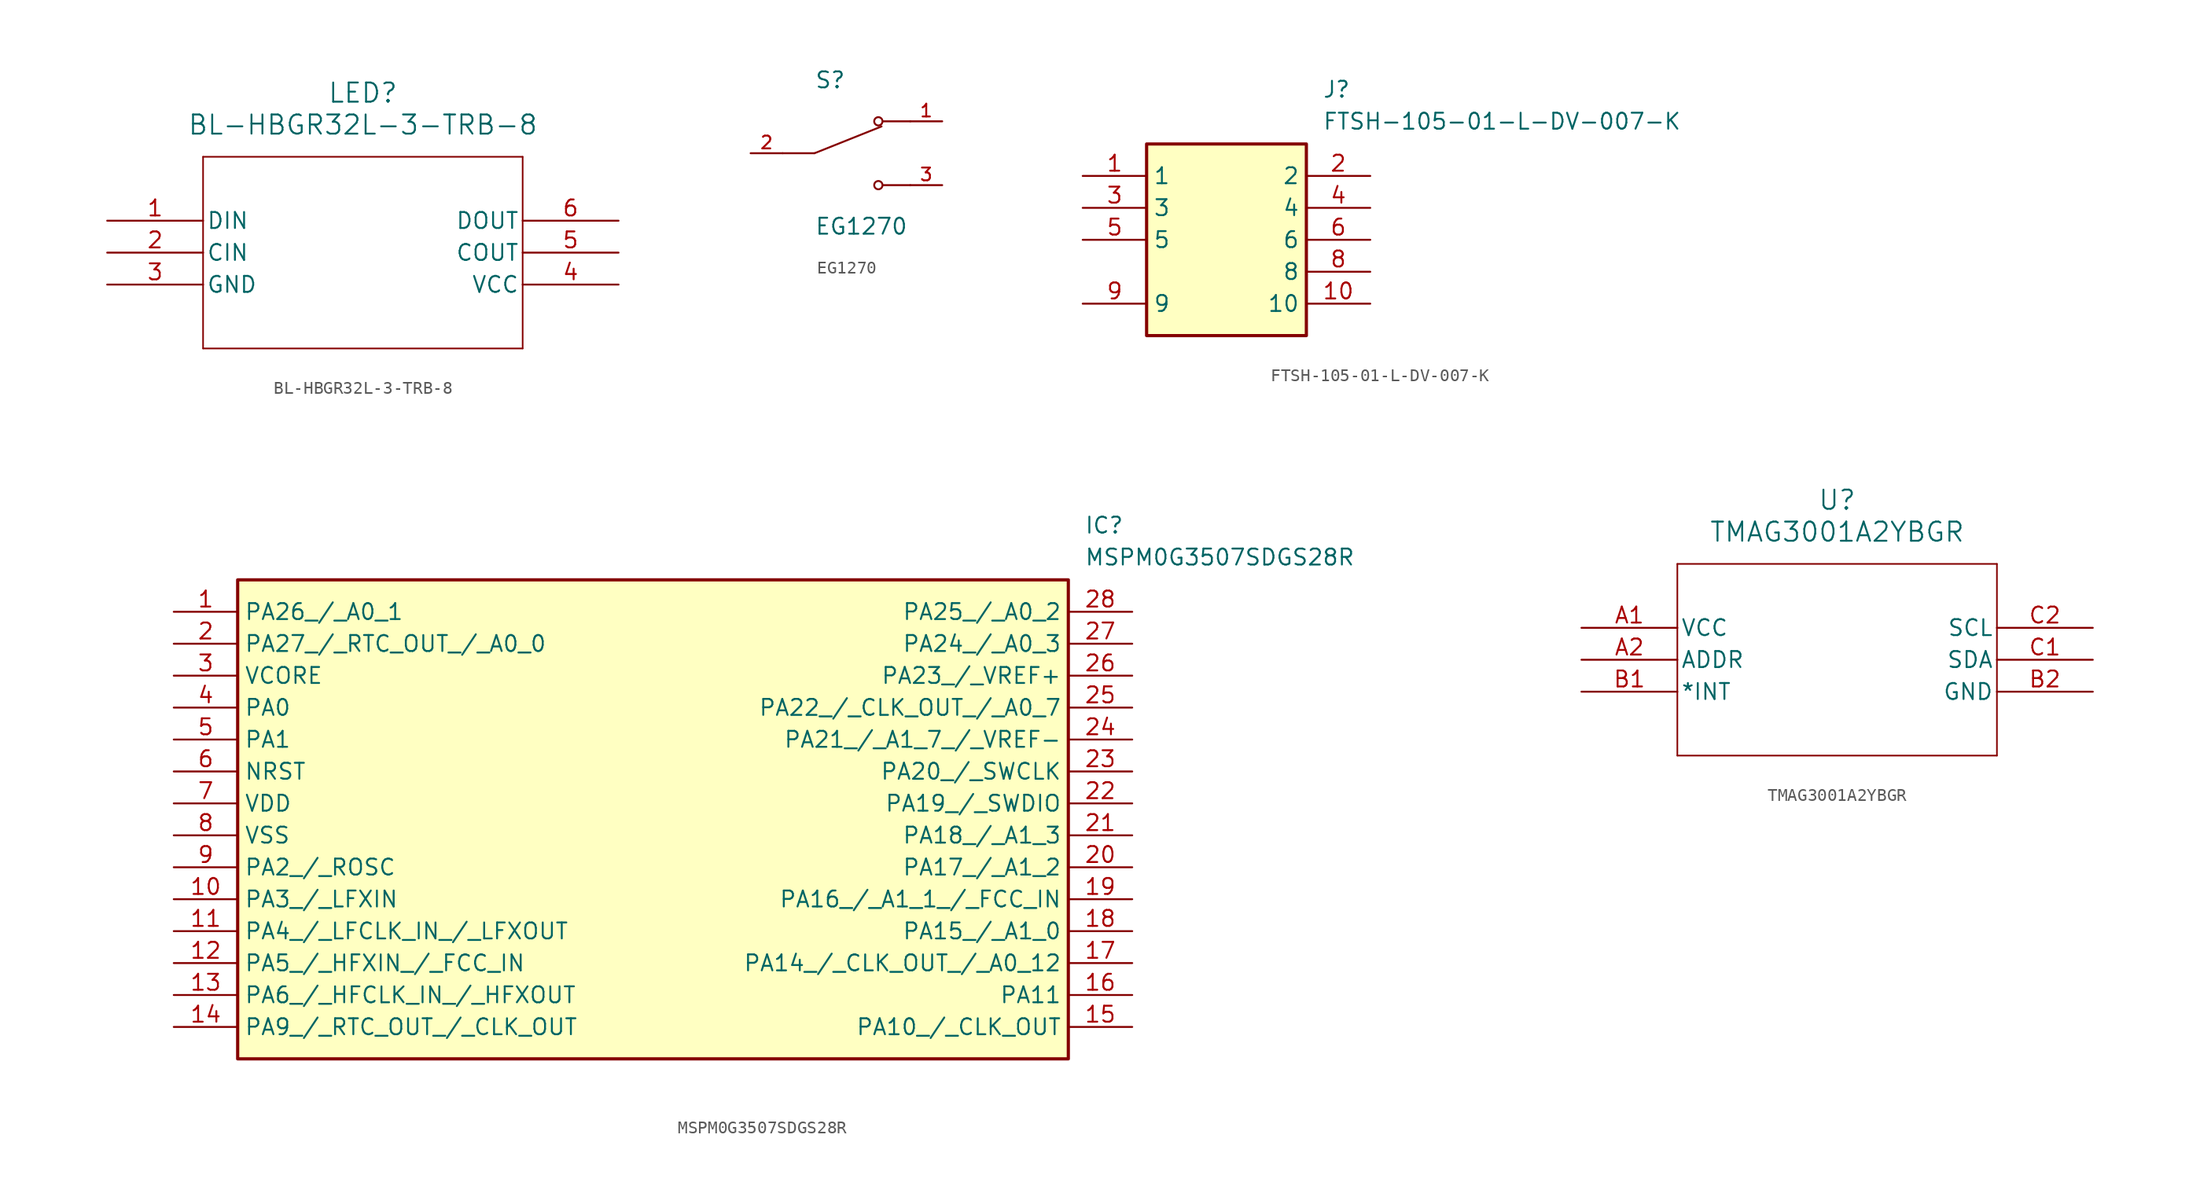
<source format=kicad_sym>
(kicad_symbol_lib
  (version 20241209)
  (generator "kicad_symbol_editor")
  (generator_version "9.0")
  (symbol "BL-HBGR32L-3-TRB-8"
    (pin_names
      (offset 0.254))
    (property "Reference" "LED"
      (at 20.32 10.16 0)
      (effects (font (size 1.524 1.524))))
    (property "Value" "BL-HBGR32L-3-TRB-8"
      (at 20.32 7.62 0)
      (effects (font (size 1.524 1.524))))
    (property "ki_locked" ""
      (at 0 0 0)
      (effects (font (size 1.27 1.27))))
    (symbol "BL-HBGR32L-3-TRB-8_0_1"
      (polyline (pts (xy 7.62 5.08) (xy 7.62 -10.16)) (stroke (width 0.127) (type default)) (fill (type none)))
      (polyline (pts (xy 7.62 -10.16) (xy 33.02 -10.16)) (stroke (width 0.127) (type default)) (fill (type none)))
      (polyline (pts (xy 33.02 5.08) (xy 7.62 5.08)) (stroke (width 0.127) (type default)) (fill (type none)))
      (polyline (pts (xy 33.02 -10.16) (xy 33.02 5.08)) (stroke (width 0.127) (type default)) (fill (type none)))
      (pin input line (at 0 0 0) (length 7.62) (name "DIN" (effects (font (size 1.27 1.27)))) (number "1" (effects (font (size 1.27 1.27)))))
      (pin input line (at 0 -2.54 0) (length 7.62) (name "CIN" (effects (font (size 1.27 1.27)))) (number "2" (effects (font (size 1.27 1.27)))))
      (pin power_out line (at 0 -5.08 0) (length 7.62) (name "GND" (effects (font (size 1.27 1.27)))) (number "3" (effects (font (size 1.27 1.27)))))
      (pin output line (at 40.64 0 180) (length 7.62) (name "DOUT" (effects (font (size 1.27 1.27)))) (number "6" (effects (font (size 1.27 1.27)))))
      (pin output line (at 40.64 -2.54 180) (length 7.62) (name "COUT" (effects (font (size 1.27 1.27)))) (number "5" (effects (font (size 1.27 1.27)))))
      (pin power_in line (at 40.64 -5.08 180) (length 7.62) (name "VCC" (effects (font (size 1.27 1.27)))) (number "4" (effects (font (size 1.27 1.27)))))))
  (symbol "EG1270"
    (pin_names
      (offset 1.016))
    (property "Reference" "S"
      (at -2.54 5.08 0)
      (effects (font (size 1.27 1.27)) (justify left bottom)))
    (property "Value" "EG1270"
      (at -2.54 -5.08 0)
      (effects (font (size 1.27 1.27)) (justify left top)))
    (symbol "EG1270_0_0"
      (polyline (pts (xy -2.54 0) (xy -5.08 0)) (stroke (width 0.152) (type default)) (fill (type none)))
      (polyline (pts (xy -2.54 0) (xy 2.794 2.134)) (stroke (width 0.152) (type default)) (fill (type none)))
      (circle (center 2.54 2.54) (radius 0.33) (stroke (width 0.152) (type default)) (fill (type none)))
      (circle (center 2.54 -2.54) (radius 0.33) (stroke (width 0.152) (type default)) (fill (type none)))
      (polyline (pts (xy 5.08 2.54) (xy 2.921 2.54)) (stroke (width 0.152) (type default)) (fill (type none)))
      (polyline (pts (xy 5.08 -2.54) (xy 2.921 -2.54)) (stroke (width 0.152) (type default)) (fill (type none)))
      (pin passive line (at -7.62 0 0) (length 2.54) (name "~" (effects (font (size 1.016 1.016)))) (number "2" (effects (font (size 1.016 1.016)))))
      (pin passive line (at 7.62 2.54 180) (length 2.54) (name "~" (effects (font (size 1.016 1.016)))) (number "1" (effects (font (size 1.016 1.016)))))
      (pin passive line (at 7.62 -2.54 180) (length 2.54) (name "~" (effects (font (size 1.016 1.016)))) (number "3" (effects (font (size 1.016 1.016)))))))
  (symbol "FTSH-105-01-L-DV-007-K"
    (property "Reference" "J"
      (at 19.05 7.62 0)
      (effects (font (size 1.27 1.27)) (justify left top)))
    (property "Value" "FTSH-105-01-L-DV-007-K"
      (at 19.05 5.08 0)
      (effects (font (size 1.27 1.27)) (justify left top)))
    (symbol "FTSH-105-01-L-DV-007-K_1_1"
      (rectangle (start 5.08 2.54) (end 17.78 -12.7) (stroke (width 0.254) (type default)) (fill (type background)))
      (pin passive line (at 0 0 0) (length 5.08) (name "1" (effects (font (size 1.27 1.27)))) (number "1" (effects (font (size 1.27 1.27)))))
      (pin passive line (at 0 -2.54 0) (length 5.08) (name "3" (effects (font (size 1.27 1.27)))) (number "3" (effects (font (size 1.27 1.27)))))
      (pin passive line (at 0 -5.08 0) (length 5.08) (name "5" (effects (font (size 1.27 1.27)))) (number "5" (effects (font (size 1.27 1.27)))))
      (pin passive line (at 0 -10.16 0) (length 5.08) (name "9" (effects (font (size 1.27 1.27)))) (number "9" (effects (font (size 1.27 1.27)))))
      (pin passive line (at 22.86 0 180) (length 5.08) (name "2" (effects (font (size 1.27 1.27)))) (number "2" (effects (font (size 1.27 1.27)))))
      (pin passive line (at 22.86 -2.54 180) (length 5.08) (name "4" (effects (font (size 1.27 1.27)))) (number "4" (effects (font (size 1.27 1.27)))))
      (pin passive line (at 22.86 -5.08 180) (length 5.08) (name "6" (effects (font (size 1.27 1.27)))) (number "6" (effects (font (size 1.27 1.27)))))
      (pin passive line (at 22.86 -7.62 180) (length 5.08) (name "8" (effects (font (size 1.27 1.27)))) (number "8" (effects (font (size 1.27 1.27)))))
      (pin passive line (at 22.86 -10.16 180) (length 5.08) (name "10" (effects (font (size 1.27 1.27)))) (number "10" (effects (font (size 1.27 1.27)))))))
  (symbol "MSPM0G3507SDGS28R"
    (property "Reference" "IC"
      (at 72.39 7.62 0)
      (effects (font (size 1.27 1.27)) (justify left top)))
    (property "Value" "MSPM0G3507SDGS28R"
      (at 72.39 5.08 0)
      (effects (font (size 1.27 1.27)) (justify left top)))
    (symbol "MSPM0G3507SDGS28R_1_1"
      (rectangle (start 5.08 2.54) (end 71.12 -35.56) (stroke (width 0.254) (type default)) (fill (type background)))
      (pin passive line (at 0 0 0) (length 5.08) (name "PA26_/_A0_1" (effects (font (size 1.27 1.27)))) (number "1" (effects (font (size 1.27 1.27)))))
      (pin passive line (at 0 -2.54 0) (length 5.08) (name "PA27_/_RTC_OUT_/_A0_0" (effects (font (size 1.27 1.27)))) (number "2" (effects (font (size 1.27 1.27)))))
      (pin passive line (at 0 -5.08 0) (length 5.08) (name "VCORE" (effects (font (size 1.27 1.27)))) (number "3" (effects (font (size 1.27 1.27)))))
      (pin passive line (at 0 -7.62 0) (length 5.08) (name "PA0" (effects (font (size 1.27 1.27)))) (number "4" (effects (font (size 1.27 1.27)))))
      (pin passive line (at 0 -10.16 0) (length 5.08) (name "PA1" (effects (font (size 1.27 1.27)))) (number "5" (effects (font (size 1.27 1.27)))))
      (pin passive line (at 0 -12.7 0) (length 5.08) (name "NRST" (effects (font (size 1.27 1.27)))) (number "6" (effects (font (size 1.27 1.27)))))
      (pin passive line (at 0 -15.24 0) (length 5.08) (name "VDD" (effects (font (size 1.27 1.27)))) (number "7" (effects (font (size 1.27 1.27)))))
      (pin passive line (at 0 -17.78 0) (length 5.08) (name "VSS" (effects (font (size 1.27 1.27)))) (number "8" (effects (font (size 1.27 1.27)))))
      (pin passive line (at 0 -20.32 0) (length 5.08) (name "PA2_/_ROSC" (effects (font (size 1.27 1.27)))) (number "9" (effects (font (size 1.27 1.27)))))
      (pin passive line (at 0 -22.86 0) (length 5.08) (name "PA3_/_LFXIN" (effects (font (size 1.27 1.27)))) (number "10" (effects (font (size 1.27 1.27)))))
      (pin passive line (at 0 -25.4 0) (length 5.08) (name "PA4_/_LFCLK_IN_/_LFXOUT" (effects (font (size 1.27 1.27)))) (number "11" (effects (font (size 1.27 1.27)))))
      (pin passive line (at 0 -27.94 0) (length 5.08) (name "PA5_/_HFXIN_/_FCC_IN" (effects (font (size 1.27 1.27)))) (number "12" (effects (font (size 1.27 1.27)))))
      (pin passive line (at 0 -30.48 0) (length 5.08) (name "PA6_/_HFCLK_IN_/_HFXOUT" (effects (font (size 1.27 1.27)))) (number "13" (effects (font (size 1.27 1.27)))))
      (pin passive line (at 0 -33.02 0) (length 5.08) (name "PA9_/_RTC_OUT_/_CLK_OUT" (effects (font (size 1.27 1.27)))) (number "14" (effects (font (size 1.27 1.27)))))
      (pin passive line (at 76.2 0 180) (length 5.08) (name "PA25_/_A0_2" (effects (font (size 1.27 1.27)))) (number "28" (effects (font (size 1.27 1.27)))))
      (pin passive line (at 76.2 -2.54 180) (length 5.08) (name "PA24_/_A0_3" (effects (font (size 1.27 1.27)))) (number "27" (effects (font (size 1.27 1.27)))))
      (pin passive line (at 76.2 -5.08 180) (length 5.08) (name "PA23_/_VREF+" (effects (font (size 1.27 1.27)))) (number "26" (effects (font (size 1.27 1.27)))))
      (pin passive line (at 76.2 -7.62 180) (length 5.08) (name "PA22_/_CLK_OUT_/_A0_7" (effects (font (size 1.27 1.27)))) (number "25" (effects (font (size 1.27 1.27)))))
      (pin passive line (at 76.2 -10.16 180) (length 5.08) (name "PA21_/_A1_7_/_VREF-" (effects (font (size 1.27 1.27)))) (number "24" (effects (font (size 1.27 1.27)))))
      (pin passive line (at 76.2 -12.7 180) (length 5.08) (name "PA20_/_SWCLK" (effects (font (size 1.27 1.27)))) (number "23" (effects (font (size 1.27 1.27)))))
      (pin passive line (at 76.2 -15.24 180) (length 5.08) (name "PA19_/_SWDIO" (effects (font (size 1.27 1.27)))) (number "22" (effects (font (size 1.27 1.27)))))
      (pin passive line (at 76.2 -17.78 180) (length 5.08) (name "PA18_/_A1_3" (effects (font (size 1.27 1.27)))) (number "21" (effects (font (size 1.27 1.27)))))
      (pin passive line (at 76.2 -20.32 180) (length 5.08) (name "PA17_/_A1_2" (effects (font (size 1.27 1.27)))) (number "20" (effects (font (size 1.27 1.27)))))
      (pin passive line (at 76.2 -22.86 180) (length 5.08) (name "PA16_/_A1_1_/_FCC_IN" (effects (font (size 1.27 1.27)))) (number "19" (effects (font (size 1.27 1.27)))))
      (pin passive line (at 76.2 -25.4 180) (length 5.08) (name "PA15_/_A1_0" (effects (font (size 1.27 1.27)))) (number "18" (effects (font (size 1.27 1.27)))))
      (pin passive line (at 76.2 -27.94 180) (length 5.08) (name "PA14_/_CLK_OUT_/_A0_12" (effects (font (size 1.27 1.27)))) (number "17" (effects (font (size 1.27 1.27)))))
      (pin passive line (at 76.2 -30.48 180) (length 5.08) (name "PA11" (effects (font (size 1.27 1.27)))) (number "16" (effects (font (size 1.27 1.27)))))
      (pin passive line (at 76.2 -33.02 180) (length 5.08) (name "PA10_/_CLK_OUT" (effects (font (size 1.27 1.27)))) (number "15" (effects (font (size 1.27 1.27)))))))
  (symbol "TMAG3001A2YBGR"
    (pin_names
      (offset 0.254))
    (property "Reference" "U"
      (at 20.32 10.16 0)
      (effects (font (size 1.524 1.524))))
    (property "Value" "TMAG3001A2YBGR"
      (at 20.32 7.62 0)
      (effects (font (size 1.524 1.524))))
    (property "ki_locked" ""
      (at 0 0 0)
      (effects (font (size 1.27 1.27))))
    (symbol "TMAG3001A2YBGR_0_1"
      (polyline (pts (xy 7.62 5.08) (xy 7.62 -10.16)) (stroke (width 0.127) (type default)) (fill (type none)))
      (polyline (pts (xy 7.62 -10.16) (xy 33.02 -10.16)) (stroke (width 0.127) (type default)) (fill (type none)))
      (polyline (pts (xy 33.02 5.08) (xy 7.62 5.08)) (stroke (width 0.127) (type default)) (fill (type none)))
      (polyline (pts (xy 33.02 -10.16) (xy 33.02 5.08)) (stroke (width 0.127) (type default)) (fill (type none)))
      (pin power_in line (at 0 0 0) (length 7.62) (name "VCC" (effects (font (size 1.27 1.27)))) (number "A1" (effects (font (size 1.27 1.27)))))
      (pin input line (at 0 -2.54 0) (length 7.62) (name "ADDR" (effects (font (size 1.27 1.27)))) (number "A2" (effects (font (size 1.27 1.27)))))
      (pin bidirectional line (at 0 -5.08 0) (length 7.62) (name "*INT" (effects (font (size 1.27 1.27)))) (number "B1" (effects (font (size 1.27 1.27)))))
      (pin bidirectional line (at 40.64 0 180) (length 7.62) (name "SCL" (effects (font (size 1.27 1.27)))) (number "C2" (effects (font (size 1.27 1.27)))))
      (pin bidirectional line (at 40.64 -2.54 180) (length 7.62) (name "SDA" (effects (font (size 1.27 1.27)))) (number "C1" (effects (font (size 1.27 1.27)))))
      (pin power_out line (at 40.64 -5.08 180) (length 7.62) (name "GND" (effects (font (size 1.27 1.27)))) (number "B2" (effects (font (size 1.27 1.27))))))))
</source>
